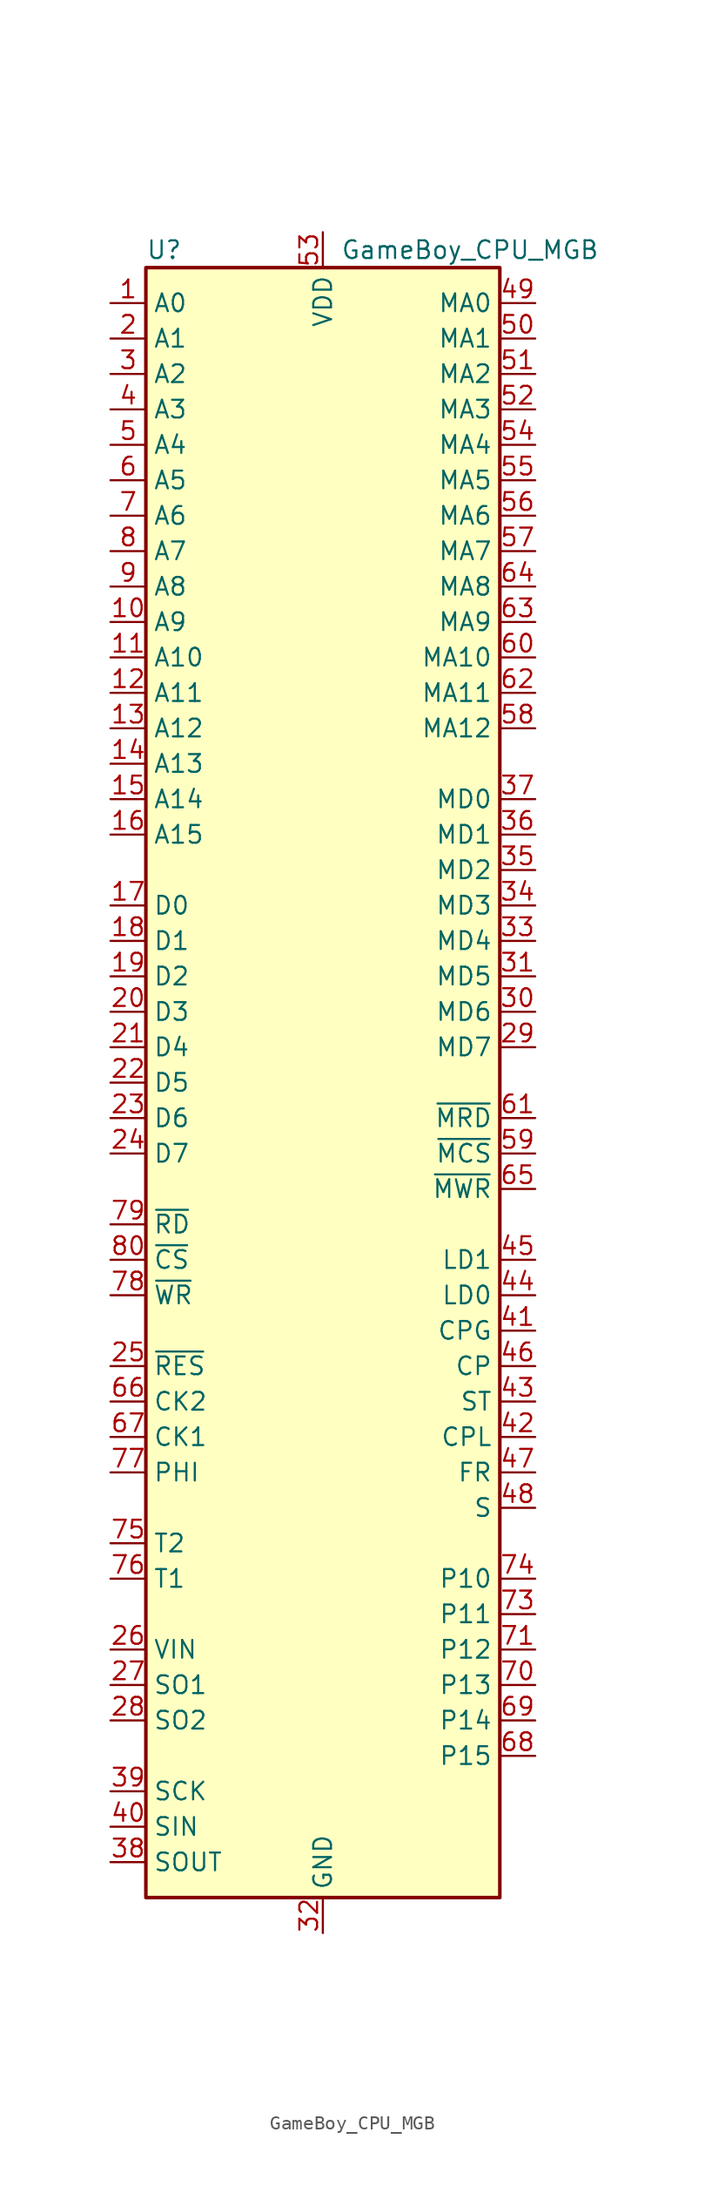
<source format=kicad_sym>
(kicad_symbol_lib
  (version 20220914)
  (generator kicad_symbol_editor)
  (symbol "GameBoy_CPU_MGB"
    (property "Reference" "U"
      (at -12.7 59.69 0)
      (effects (font (size 1.27 1.27)) (justify left)))
    (property "Value" "GameBoy_CPU_MGB"
      (at 1.27 59.69 0)
      (effects (font (size 1.27 1.27)) (justify left)))
    (symbol "GameBoy_CPU_MGB_0_1"
      (rectangle (start 12.7 -58.42) (end -12.7 58.42) (stroke (width 0.254) (type default)) (fill (type background))))
    (symbol "GameBoy_CPU_MGB_1_1"
      (pin bidirectional line (at -15.24 55.88 0) (length 2.54) (name "A0" (effects (font (size 1.27 1.27)))) (number "1" (effects (font (size 1.27 1.27)))))
      (pin bidirectional line (at -15.24 33.02 0) (length 2.54) (name "A9" (effects (font (size 1.27 1.27)))) (number "10" (effects (font (size 1.27 1.27)))))
      (pin bidirectional line (at -15.24 30.48 0) (length 2.54) (name "A10" (effects (font (size 1.27 1.27)))) (number "11" (effects (font (size 1.27 1.27)))))
      (pin bidirectional line (at -15.24 27.94 0) (length 2.54) (name "A11" (effects (font (size 1.27 1.27)))) (number "12" (effects (font (size 1.27 1.27)))))
      (pin bidirectional line (at -15.24 25.4 0) (length 2.54) (name "A12" (effects (font (size 1.27 1.27)))) (number "13" (effects (font (size 1.27 1.27)))))
      (pin bidirectional line (at -15.24 22.86 0) (length 2.54) (name "A13" (effects (font (size 1.27 1.27)))) (number "14" (effects (font (size 1.27 1.27)))))
      (pin bidirectional line (at -15.24 20.32 0) (length 2.54) (name "A14" (effects (font (size 1.27 1.27)))) (number "15" (effects (font (size 1.27 1.27)))))
      (pin bidirectional line (at -15.24 17.78 0) (length 2.54) (name "A15" (effects (font (size 1.27 1.27)))) (number "16" (effects (font (size 1.27 1.27)))))
      (pin bidirectional line (at -15.24 12.7 0) (length 2.54) (name "D0" (effects (font (size 1.27 1.27)))) (number "17" (effects (font (size 1.27 1.27)))))
      (pin bidirectional line (at -15.24 10.16 0) (length 2.54) (name "D1" (effects (font (size 1.27 1.27)))) (number "18" (effects (font (size 1.27 1.27)))))
      (pin bidirectional line (at -15.24 7.62 0) (length 2.54) (name "D2" (effects (font (size 1.27 1.27)))) (number "19" (effects (font (size 1.27 1.27)))))
      (pin bidirectional line (at -15.24 53.34 0) (length 2.54) (name "A1" (effects (font (size 1.27 1.27)))) (number "2" (effects (font (size 1.27 1.27)))))
      (pin bidirectional line (at -15.24 5.08 0) (length 2.54) (name "D3" (effects (font (size 1.27 1.27)))) (number "20" (effects (font (size 1.27 1.27)))))
      (pin bidirectional line (at -15.24 2.54 0) (length 2.54) (name "D4" (effects (font (size 1.27 1.27)))) (number "21" (effects (font (size 1.27 1.27)))))
      (pin bidirectional line (at -15.24 0 0) (length 2.54) (name "D5" (effects (font (size 1.27 1.27)))) (number "22" (effects (font (size 1.27 1.27)))))
      (pin bidirectional line (at -15.24 -2.54 0) (length 2.54) (name "D6" (effects (font (size 1.27 1.27)))) (number "23" (effects (font (size 1.27 1.27)))))
      (pin bidirectional line (at -15.24 -5.08 0) (length 2.54) (name "D7" (effects (font (size 1.27 1.27)))) (number "24" (effects (font (size 1.27 1.27)))))
      (pin input line (at -15.24 -20.32 0) (length 2.54) (name "~{RES}" (effects (font (size 1.27 1.27)))) (number "25" (effects (font (size 1.27 1.27)))))
      (pin input line (at -15.24 -40.64 0) (length 2.54) (name "VIN" (effects (font (size 1.27 1.27)))) (number "26" (effects (font (size 1.27 1.27)))))
      (pin output line (at -15.24 -43.18 0) (length 2.54) (name "SO1" (effects (font (size 1.27 1.27)))) (number "27" (effects (font (size 1.27 1.27)))))
      (pin output line (at -15.24 -45.72 0) (length 2.54) (name "SO2" (effects (font (size 1.27 1.27)))) (number "28" (effects (font (size 1.27 1.27)))))
      (pin bidirectional line (at 15.24 2.54 180) (length 2.54) (name "MD7" (effects (font (size 1.27 1.27)))) (number "29" (effects (font (size 1.27 1.27)))))
      (pin bidirectional line (at -15.24 50.8 0) (length 2.54) (name "A2" (effects (font (size 1.27 1.27)))) (number "3" (effects (font (size 1.27 1.27)))))
      (pin bidirectional line (at 15.24 5.08 180) (length 2.54) (name "MD6" (effects (font (size 1.27 1.27)))) (number "30" (effects (font (size 1.27 1.27)))))
      (pin bidirectional line (at 15.24 7.62 180) (length 2.54) (name "MD5" (effects (font (size 1.27 1.27)))) (number "31" (effects (font (size 1.27 1.27)))))
      (pin power_in line (at 0 -60.96 90) (length 2.54) (name "GND" (effects (font (size 1.27 1.27)))) (number "32" (effects (font (size 1.27 1.27)))))
      (pin bidirectional line (at 15.24 10.16 180) (length 2.54) (name "MD4" (effects (font (size 1.27 1.27)))) (number "33" (effects (font (size 1.27 1.27)))))
      (pin bidirectional line (at 15.24 12.7 180) (length 2.54) (name "MD3" (effects (font (size 1.27 1.27)))) (number "34" (effects (font (size 1.27 1.27)))))
      (pin bidirectional line (at 15.24 15.24 180) (length 2.54) (name "MD2" (effects (font (size 1.27 1.27)))) (number "35" (effects (font (size 1.27 1.27)))))
      (pin bidirectional line (at 15.24 17.78 180) (length 2.54) (name "MD1" (effects (font (size 1.27 1.27)))) (number "36" (effects (font (size 1.27 1.27)))))
      (pin bidirectional line (at 15.24 20.32 180) (length 2.54) (name "MD0" (effects (font (size 1.27 1.27)))) (number "37" (effects (font (size 1.27 1.27)))))
      (pin output line (at -15.24 -55.88 0) (length 2.54) (name "SOUT" (effects (font (size 1.27 1.27)))) (number "38" (effects (font (size 1.27 1.27)))))
      (pin bidirectional line (at -15.24 -50.8 0) (length 2.54) (name "SCK" (effects (font (size 1.27 1.27)))) (number "39" (effects (font (size 1.27 1.27)))))
      (pin bidirectional line (at -15.24 48.26 0) (length 2.54) (name "A3" (effects (font (size 1.27 1.27)))) (number "4" (effects (font (size 1.27 1.27)))))
      (pin bidirectional line (at -15.24 -53.34 0) (length 2.54) (name "SIN" (effects (font (size 1.27 1.27)))) (number "40" (effects (font (size 1.27 1.27)))))
      (pin output line (at 15.24 -17.78 180) (length 2.54) (name "CPG" (effects (font (size 1.27 1.27)))) (number "41" (effects (font (size 1.27 1.27)))))
      (pin output line (at 15.24 -25.4 180) (length 2.54) (name "CPL" (effects (font (size 1.27 1.27)))) (number "42" (effects (font (size 1.27 1.27)))))
      (pin output line (at 15.24 -22.86 180) (length 2.54) (name "ST" (effects (font (size 1.27 1.27)))) (number "43" (effects (font (size 1.27 1.27)))))
      (pin output line (at 15.24 -15.24 180) (length 2.54) (name "LD0" (effects (font (size 1.27 1.27)))) (number "44" (effects (font (size 1.27 1.27)))))
      (pin output line (at 15.24 -12.7 180) (length 2.54) (name "LD1" (effects (font (size 1.27 1.27)))) (number "45" (effects (font (size 1.27 1.27)))))
      (pin output line (at 15.24 -20.32 180) (length 2.54) (name "CP" (effects (font (size 1.27 1.27)))) (number "46" (effects (font (size 1.27 1.27)))))
      (pin output line (at 15.24 -27.94 180) (length 2.54) (name "FR" (effects (font (size 1.27 1.27)))) (number "47" (effects (font (size 1.27 1.27)))))
      (pin output line (at 15.24 -30.48 180) (length 2.54) (name "S" (effects (font (size 1.27 1.27)))) (number "48" (effects (font (size 1.27 1.27)))))
      (pin output line (at 15.24 55.88 180) (length 2.54) (name "MA0" (effects (font (size 1.27 1.27)))) (number "49" (effects (font (size 1.27 1.27)))))
      (pin bidirectional line (at -15.24 45.72 0) (length 2.54) (name "A4" (effects (font (size 1.27 1.27)))) (number "5" (effects (font (size 1.27 1.27)))))
      (pin output line (at 15.24 53.34 180) (length 2.54) (name "MA1" (effects (font (size 1.27 1.27)))) (number "50" (effects (font (size 1.27 1.27)))))
      (pin output line (at 15.24 50.8 180) (length 2.54) (name "MA2" (effects (font (size 1.27 1.27)))) (number "51" (effects (font (size 1.27 1.27)))))
      (pin output line (at 15.24 48.26 180) (length 2.54) (name "MA3" (effects (font (size 1.27 1.27)))) (number "52" (effects (font (size 1.27 1.27)))))
      (pin power_in line (at 0 60.96 270) (length 2.54) (name "VDD" (effects (font (size 1.27 1.27)))) (number "53" (effects (font (size 1.27 1.27)))))
      (pin output line (at 15.24 45.72 180) (length 2.54) (name "MA4" (effects (font (size 1.27 1.27)))) (number "54" (effects (font (size 1.27 1.27)))))
      (pin output line (at 15.24 43.18 180) (length 2.54) (name "MA5" (effects (font (size 1.27 1.27)))) (number "55" (effects (font (size 1.27 1.27)))))
      (pin output line (at 15.24 40.64 180) (length 2.54) (name "MA6" (effects (font (size 1.27 1.27)))) (number "56" (effects (font (size 1.27 1.27)))))
      (pin output line (at 15.24 38.1 180) (length 2.54) (name "MA7" (effects (font (size 1.27 1.27)))) (number "57" (effects (font (size 1.27 1.27)))))
      (pin output line (at 15.24 25.4 180) (length 2.54) (name "MA12" (effects (font (size 1.27 1.27)))) (number "58" (effects (font (size 1.27 1.27)))))
      (pin bidirectional line (at 15.24 -5.08 180) (length 2.54) (name "~{MCS}" (effects (font (size 1.27 1.27)))) (number "59" (effects (font (size 1.27 1.27)))))
      (pin bidirectional line (at -15.24 43.18 0) (length 2.54) (name "A5" (effects (font (size 1.27 1.27)))) (number "6" (effects (font (size 1.27 1.27)))))
      (pin output line (at 15.24 30.48 180) (length 2.54) (name "MA10" (effects (font (size 1.27 1.27)))) (number "60" (effects (font (size 1.27 1.27)))))
      (pin bidirectional line (at 15.24 -2.54 180) (length 2.54) (name "~{MRD}" (effects (font (size 1.27 1.27)))) (number "61" (effects (font (size 1.27 1.27)))))
      (pin output line (at 15.24 27.94 180) (length 2.54) (name "MA11" (effects (font (size 1.27 1.27)))) (number "62" (effects (font (size 1.27 1.27)))))
      (pin output line (at 15.24 33.02 180) (length 2.54) (name "MA9" (effects (font (size 1.27 1.27)))) (number "63" (effects (font (size 1.27 1.27)))))
      (pin output line (at 15.24 35.56 180) (length 2.54) (name "MA8" (effects (font (size 1.27 1.27)))) (number "64" (effects (font (size 1.27 1.27)))))
      (pin bidirectional line (at 15.24 -7.62 180) (length 2.54) (name "~{MWR}" (effects (font (size 1.27 1.27)))) (number "65" (effects (font (size 1.27 1.27)))))
      (pin passive line (at -15.24 -22.86 0) (length 2.54) (name "CK2" (effects (font (size 1.27 1.27)))) (number "66" (effects (font (size 1.27 1.27)))))
      (pin input line (at -15.24 -25.4 0) (length 2.54) (name "CK1" (effects (font (size 1.27 1.27)))) (number "67" (effects (font (size 1.27 1.27)))))
      (pin output line (at 15.24 -48.26 180) (length 2.54) (name "P15" (effects (font (size 1.27 1.27)))) (number "68" (effects (font (size 1.27 1.27)))))
      (pin output line (at 15.24 -45.72 180) (length 2.54) (name "P14" (effects (font (size 1.27 1.27)))) (number "69" (effects (font (size 1.27 1.27)))))
      (pin bidirectional line (at -15.24 40.64 0) (length 2.54) (name "A6" (effects (font (size 1.27 1.27)))) (number "7" (effects (font (size 1.27 1.27)))))
      (pin bidirectional line (at 15.24 -43.18 180) (length 2.54) (name "P13" (effects (font (size 1.27 1.27)))) (number "70" (effects (font (size 1.27 1.27)))))
      (pin bidirectional line (at 15.24 -40.64 180) (length 2.54) (name "P12" (effects (font (size 1.27 1.27)))) (number "71" (effects (font (size 1.27 1.27)))))
      (pin passive line (at 0 -60.96 90) (length 2.54) hide (name "GND" (effects (font (size 1.27 1.27)))) (number "72" (effects (font (size 1.27 1.27)))))
      (pin bidirectional line (at 15.24 -38.1 180) (length 2.54) (name "P11" (effects (font (size 1.27 1.27)))) (number "73" (effects (font (size 1.27 1.27)))))
      (pin bidirectional line (at 15.24 -35.56 180) (length 2.54) (name "P10" (effects (font (size 1.27 1.27)))) (number "74" (effects (font (size 1.27 1.27)))))
      (pin input line (at -15.24 -33.02 0) (length 2.54) (name "T2" (effects (font (size 1.27 1.27)))) (number "75" (effects (font (size 1.27 1.27)))))
      (pin input line (at -15.24 -35.56 0) (length 2.54) (name "T1" (effects (font (size 1.27 1.27)))) (number "76" (effects (font (size 1.27 1.27)))))
      (pin output line (at -15.24 -27.94 0) (length 2.54) (name "PHI" (effects (font (size 1.27 1.27)))) (number "77" (effects (font (size 1.27 1.27)))))
      (pin bidirectional line (at -15.24 -15.24 0) (length 2.54) (name "~{WR}" (effects (font (size 1.27 1.27)))) (number "78" (effects (font (size 1.27 1.27)))))
      (pin bidirectional line (at -15.24 -10.16 0) (length 2.54) (name "~{RD}" (effects (font (size 1.27 1.27)))) (number "79" (effects (font (size 1.27 1.27)))))
      (pin bidirectional line (at -15.24 38.1 0) (length 2.54) (name "A7" (effects (font (size 1.27 1.27)))) (number "8" (effects (font (size 1.27 1.27)))))
      (pin output line (at -15.24 -12.7 0) (length 2.54) (name "~{CS}" (effects (font (size 1.27 1.27)))) (number "80" (effects (font (size 1.27 1.27)))))
      (pin bidirectional line (at -15.24 35.56 0) (length 2.54) (name "A8" (effects (font (size 1.27 1.27)))) (number "9" (effects (font (size 1.27 1.27))))))))
</source>
